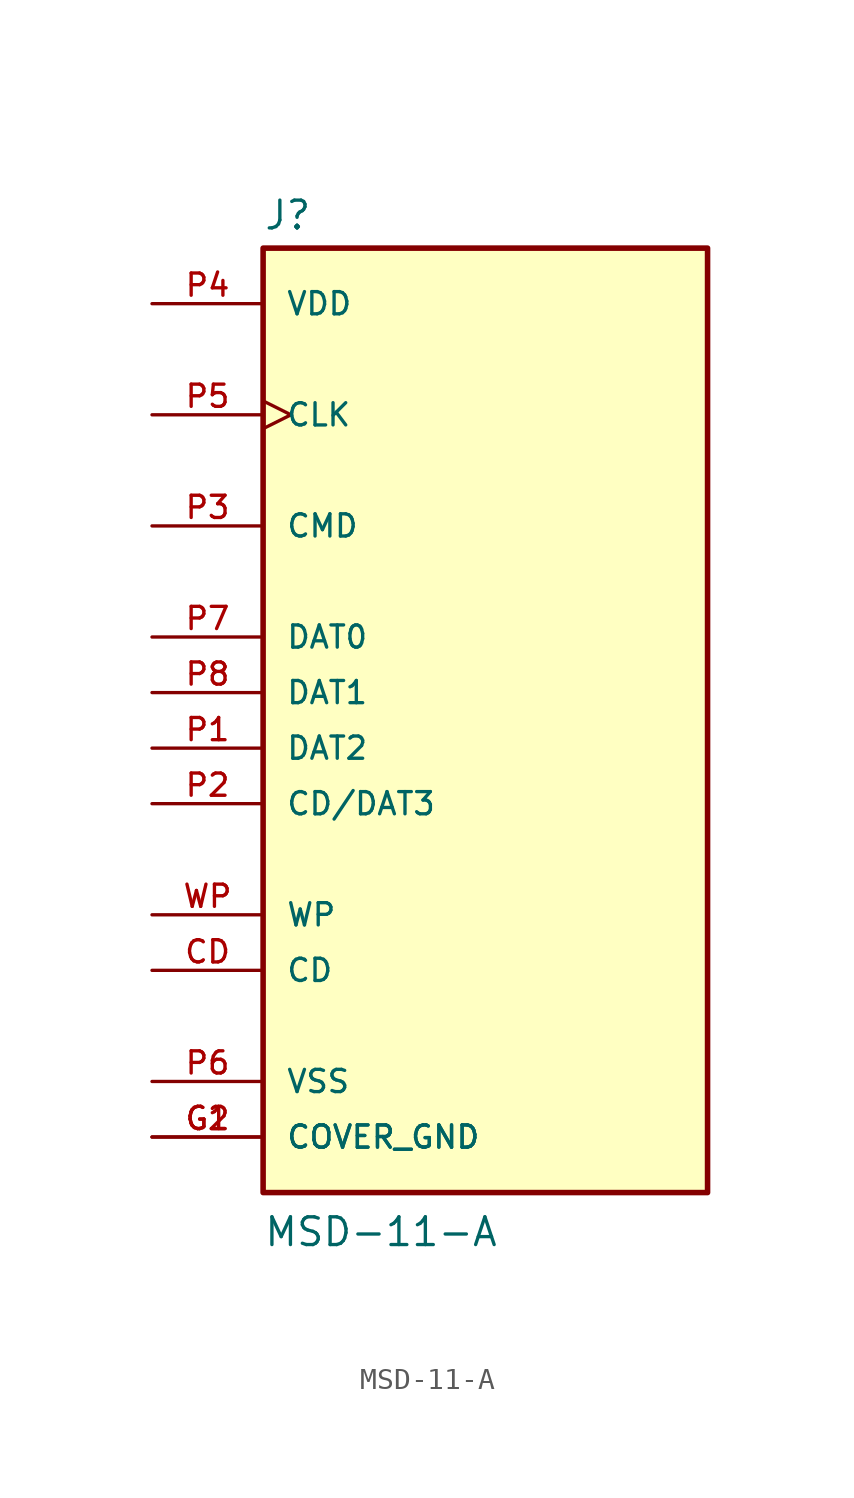
<source format=kicad_sym>
(kicad_symbol_lib
  (version 20211014)
  (generator kicad_symbol_editor)
  (symbol "MSD-11-A"
    (pin_names
      (offset 1.016))
    (property "Reference" "J"
      (at -10.16 23.622 0)
      (effects (font (size 1.27 1.27)) (justify bottom left)))
    (property "Value" "MSD-11-A"
      (at -10.16 -22.86 0)
      (effects (font (size 1.27 1.27)) (justify bottom left)))
    (symbol "MSD-11-A_0_0"
      (rectangle (start -10.16 -20.32) (end 10.16 22.86) (stroke (width 0.254)) (fill (type background)))
      (pin bidirectional line (at -15.24 -2.54 0) (length 5.08) (name "CD/DAT3" (effects (font (size 1.016 1.016)))) (number "P2" (effects (font (size 1.016 1.016)))))
      (pin bidirectional line (at -15.24 10.16 0) (length 5.08) (name "CMD" (effects (font (size 1.016 1.016)))) (number "P3" (effects (font (size 1.016 1.016)))))
      (pin power_in line (at -15.24 -15.24 0) (length 5.08) (name "VSS" (effects (font (size 1.016 1.016)))) (number "P6" (effects (font (size 1.016 1.016)))))
      (pin power_in line (at -15.24 20.32 0) (length 5.08) (name "VDD" (effects (font (size 1.016 1.016)))) (number "P4" (effects (font (size 1.016 1.016)))))
      (pin input clock (at -15.24 15.24 0) (length 5.08) (name "CLK" (effects (font (size 1.016 1.016)))) (number "P5" (effects (font (size 1.016 1.016)))))
      (pin bidirectional line (at -15.24 5.08 0) (length 5.08) (name "DAT0" (effects (font (size 1.016 1.016)))) (number "P7" (effects (font (size 1.016 1.016)))))
      (pin passive line (at -15.24 -10.16 0) (length 5.08) (name "CD" (effects (font (size 1.016 1.016)))) (number "CD" (effects (font (size 1.016 1.016)))))
      (pin bidirectional line (at -15.24 2.54 0) (length 5.08) (name "DAT1" (effects (font (size 1.016 1.016)))) (number "P8" (effects (font (size 1.016 1.016)))))
      (pin bidirectional line (at -15.24 0.0 0) (length 5.08) (name "DAT2" (effects (font (size 1.016 1.016)))) (number "P1" (effects (font (size 1.016 1.016)))))
      (pin passive line (at -15.24 -7.62 0) (length 5.08) (name "WP" (effects (font (size 1.016 1.016)))) (number "WP" (effects (font (size 1.016 1.016)))))
      (pin power_in line (at -15.24 -17.78 0) (length 5.08) (name "COVER_GND" (effects (font (size 1.016 1.016)))) (number "G1" (effects (font (size 1.016 1.016)))))
      (pin power_in line (at -15.24 -17.78 0) (length 5.08) (name "COVER_GND" (effects (font (size 1.016 1.016)))) (number "G2" (effects (font (size 1.016 1.016))))))))
</source>
